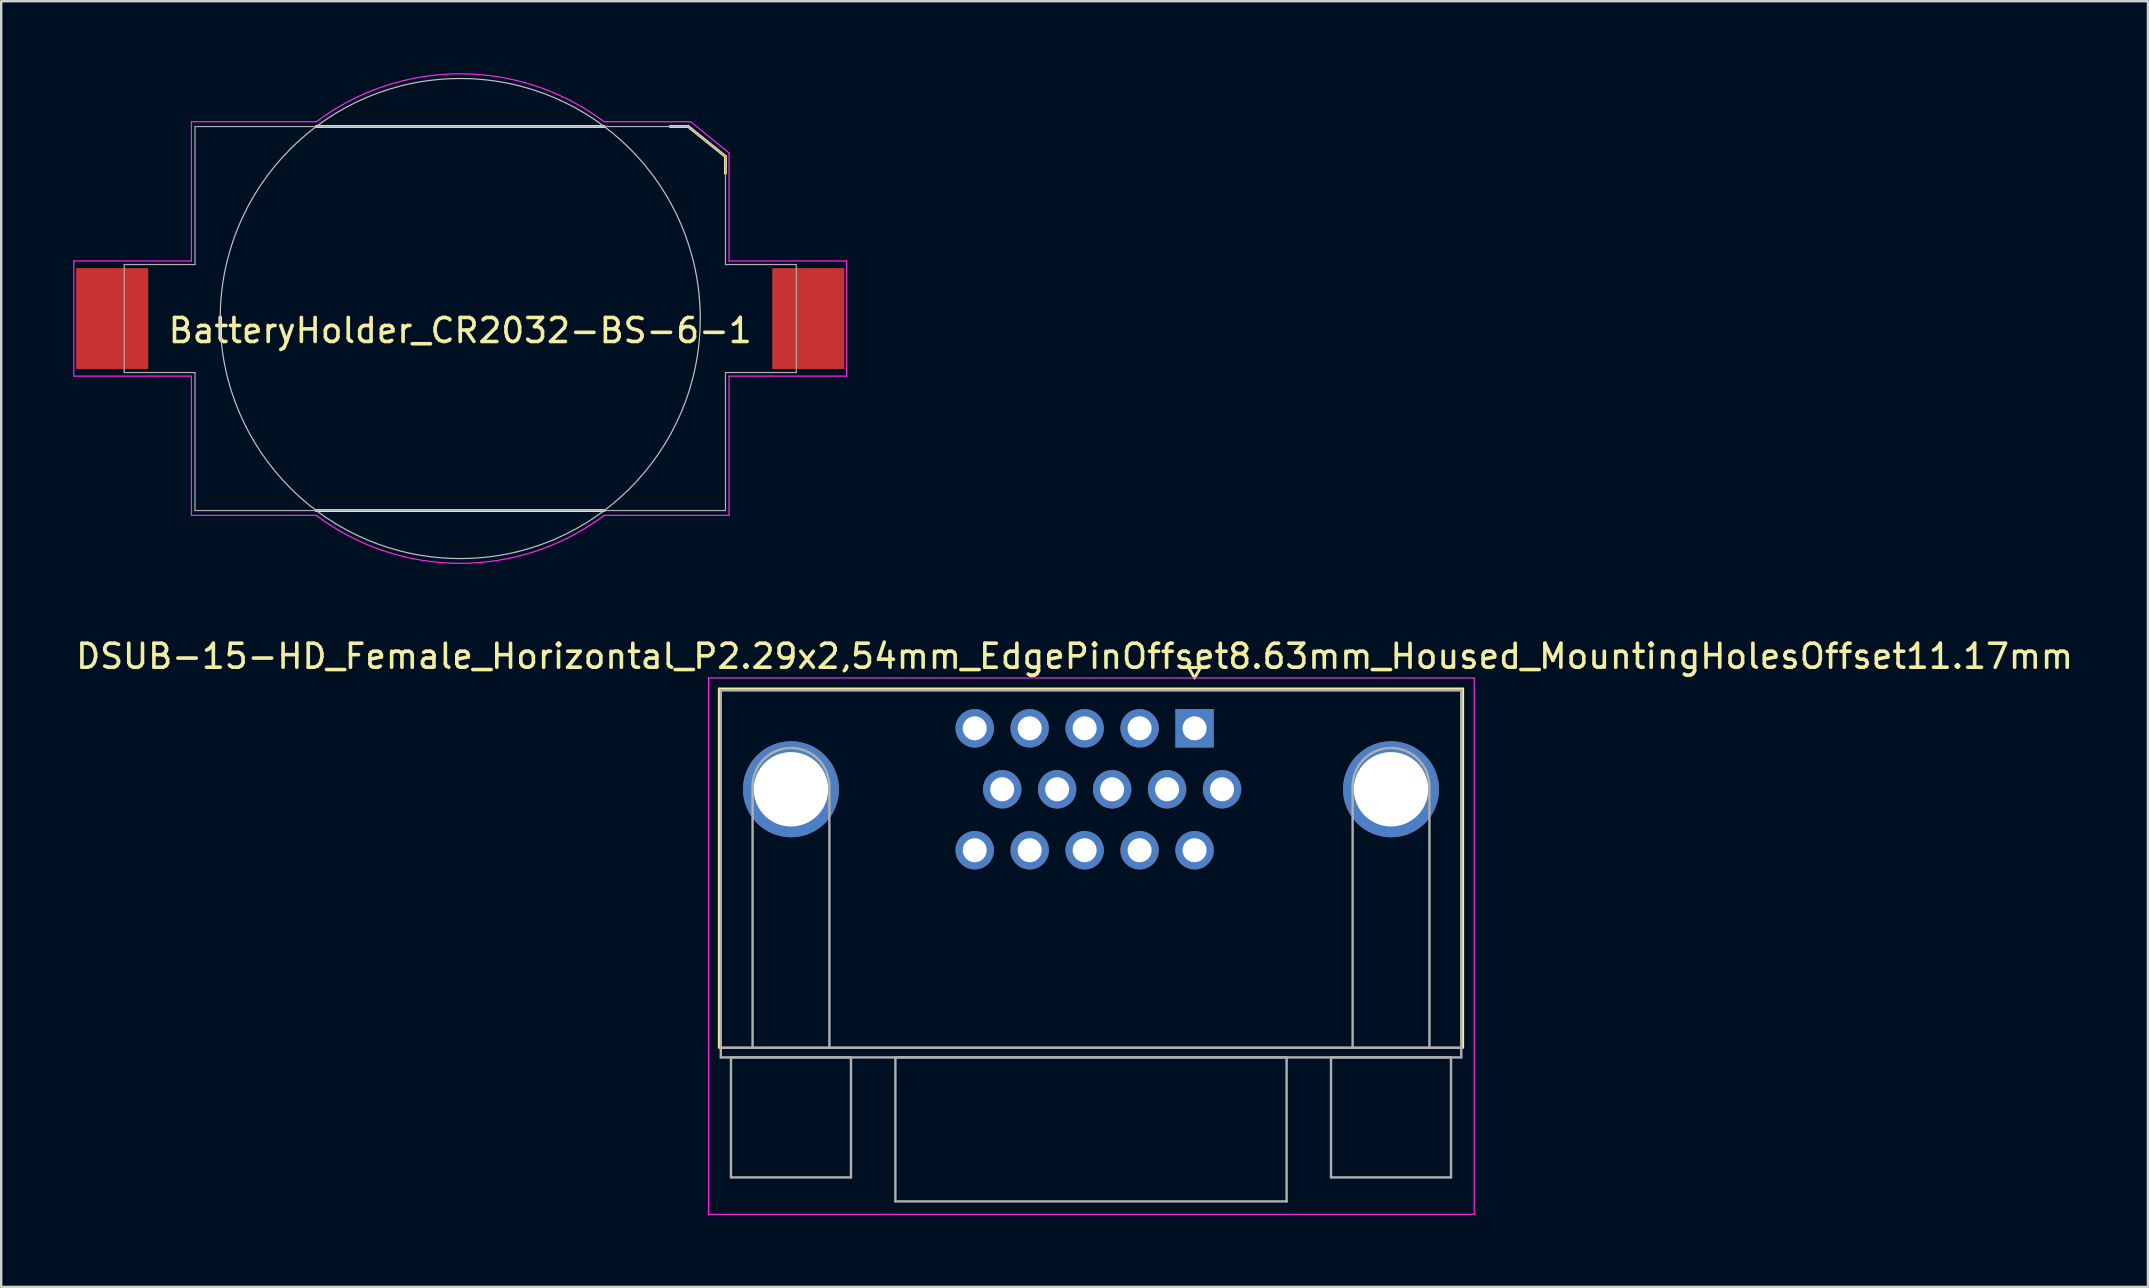
<source format=kicad_pcb>
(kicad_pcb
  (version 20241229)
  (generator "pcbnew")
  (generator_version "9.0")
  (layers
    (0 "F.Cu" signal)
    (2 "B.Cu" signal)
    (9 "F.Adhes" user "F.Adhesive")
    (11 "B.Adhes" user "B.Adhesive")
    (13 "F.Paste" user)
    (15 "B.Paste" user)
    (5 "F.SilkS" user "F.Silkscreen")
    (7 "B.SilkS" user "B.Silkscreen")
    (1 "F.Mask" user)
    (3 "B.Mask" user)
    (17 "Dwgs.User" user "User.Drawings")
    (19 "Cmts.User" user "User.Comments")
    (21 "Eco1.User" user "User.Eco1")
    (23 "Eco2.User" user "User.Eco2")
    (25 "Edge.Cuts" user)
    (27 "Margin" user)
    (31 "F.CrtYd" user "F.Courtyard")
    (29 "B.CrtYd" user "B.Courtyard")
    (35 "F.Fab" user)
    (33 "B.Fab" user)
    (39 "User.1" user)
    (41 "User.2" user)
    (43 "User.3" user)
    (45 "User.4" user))
  (footprint "BatteryHolder_CR2032-BS-6-1"
    (layer "F.Cu")
    (at 16.125 10.221)
    (property "Reference" "BatteryHolder_CR2032-BS-6-1" (at 0 0.5 0) (layer "F.SilkS") (effects (font (size 1 1) (thickness 0.15))))
    (attr smd)
    (fp_line (start -6 -8) (end 6 -8) (stroke (width 0.12) (type solid)) (layer "F.SilkS"))
    (fp_line (start -6 8) (end 6 8) (stroke (width 0.12) (type solid)) (layer "F.SilkS"))
    (fp_line (start 8.75 -8) (end 9.5 -8) (stroke (width 0.12) (type solid)) (layer "F.SilkS"))
    (fp_line (start 9.5 -8) (end 11.05 -6.75) (stroke (width 0.12) (type solid)) (layer "F.SilkS"))
    (fp_line (start 11.05 -6.75) (end 11.05 -6.05) (stroke (width 0.12) (type solid)) (layer "F.SilkS"))
    (fp_circle (center 0 0) (end 10 0) (stroke (width 0.05) (type solid)) (fill no) (layer "Dwgs.User"))
    (fp_line (start -16.1 -2.4) (end -16.1 2.4) (stroke (width 0.05) (type solid)) (layer "F.CrtYd"))
    (fp_line (start -16.1 2.4) (end -11.2 2.4) (stroke (width 0.05) (type solid)) (layer "F.CrtYd"))
    (fp_line (start -11.2 -8.196) (end -11.2 -2.4) (stroke (width 0.05) (type solid)) (layer "F.CrtYd"))
    (fp_line (start -11.2 -2.4) (end -16.1 -2.4) (stroke (width 0.05) (type solid)) (layer "F.CrtYd"))
    (fp_line (start -11.2 2.4) (end -11.2 8.2) (stroke (width 0.05) (type solid)) (layer "F.CrtYd"))
    (fp_line (start -11.2 8.2) (end -6 8.2) (stroke (width 0.05) (type solid)) (layer "F.CrtYd"))
    (fp_line (start -6 -8.2) (end -11.2 -8.2) (stroke (width 0.05) (type solid)) (layer "F.CrtYd"))
    (fp_line (start 6 -8.2) (end 9.6 -8.2) (stroke (width 0.05) (type solid)) (layer "F.CrtYd"))
    (fp_line (start 9.6 -8.2) (end 11.2 -6.9) (stroke (width 0.05) (type solid)) (layer "F.CrtYd"))
    (fp_line (start 11.2 -6.9) (end 11.2 -2.4) (stroke (width 0.05) (type solid)) (layer "F.CrtYd"))
    (fp_line (start 11.2 -2.4) (end 16.1 -2.4) (stroke (width 0.05) (type solid)) (layer "F.CrtYd"))
    (fp_line (start 11.2 2.4) (end 11.2 8.2) (stroke (width 0.05) (type solid)) (layer "F.CrtYd"))
    (fp_line (start 11.2 8.2) (end 6 8.2) (stroke (width 0.05) (type solid)) (layer "F.CrtYd"))
    (fp_line (start 16.1 -2.4) (end 16.1 2.4) (stroke (width 0.05) (type solid)) (layer "F.CrtYd"))
    (fp_line (start 16.1 2.4) (end 11.2 2.4) (stroke (width 0.05) (type solid)) (layer "F.CrtYd"))
    (fp_arc (start -5.994442 -8.2) (mid 0.003472 -10.195834) (end 5.999999 -8.195836) (stroke (width 0.05) (type solid)) (layer "F.CrtYd"))
    (fp_arc (start 5.994442 8.204164) (mid -0.003472 10.199998) (end -5.999999 8.2) (stroke (width 0.05) (type solid)) (layer "F.CrtYd"))
    (fp_line (start -14 2.25) (end -14 -2.25) (stroke (width 0.05) (type solid)) (layer "F.Fab"))
    (fp_line (start -11.05 -8) (end -11.05 -2.25) (stroke (width 0.05) (type solid)) (layer "F.Fab"))
    (fp_line (start -11.05 -8) (end 9.5 -8) (stroke (width 0.05) (type solid)) (layer "F.Fab"))
    (fp_line (start -11.05 -2.25) (end -14 -2.25) (stroke (width 0.05) (type solid)) (layer "F.Fab"))
    (fp_line (start -11.05 2.25) (end -14 2.25) (stroke (width 0.05) (type solid)) (layer "F.Fab"))
    (fp_line (start -11.05 8) (end -11.05 2.25) (stroke (width 0.05) (type solid)) (layer "F.Fab"))
    (fp_line (start 11.05 -6.75) (end 9.5 -8) (stroke (width 0.05) (type solid)) (layer "F.Fab"))
    (fp_line (start 11.05 -6.75) (end 11.05 -2.25) (stroke (width 0.05) (type solid)) (layer "F.Fab"))
    (fp_line (start 11.05 -2.25) (end 14 -2.25) (stroke (width 0.05) (type solid)) (layer "F.Fab"))
    (fp_line (start 11.05 2.25) (end 14 2.25) (stroke (width 0.05) (type solid)) (layer "F.Fab"))
    (fp_line (start 11.05 8) (end -11.05 8) (stroke (width 0.05) (type solid)) (layer "F.Fab"))
    (fp_line (start 11.05 8) (end 11.05 2.25) (stroke (width 0.05) (type solid)) (layer "F.Fab"))
    (fp_line (start 14 -2.25) (end 14 2.25) (stroke (width 0.05) (type solid)) (layer "F.Fab"))
    (pad "1" smd rect (at 14.5 0) (size 3 4.2) (layers "F.Cu" "F.Mask" "F.Paste"))
    (pad "2" smd rect (at -14.5 0 180) (size 3 4.2) (layers "F.Cu" "F.Mask" "F.Paste")))
  (footprint "DSUB-15-HD_Female_Horizontal_P2.29x2,54mm_EdgePinOffset8.63mm_Housed_MountingHolesOffset11.17mm"
    (layer "F.Cu")
    (at 46.72 27.294)
    (property "Reference" "DSUB-15-HD_Female_Horizontal_P2.29x2,54mm_EdgePinOffset8.63mm_Housed_MountingHolesOffset11.17mm" (at -5 -3 0) (layer "F.SilkS") (effects (font (size 1 1) (thickness 0.15))))
    (attr through_hole)
    (fp_line (start -19.8 -1.64) (end 11.17 -1.64) (stroke (width 0.12) (type solid)) (layer "F.SilkS"))
    (fp_line (start -19.8 13.3) (end -19.8 -1.64) (stroke (width 0.12) (type solid)) (layer "F.SilkS"))
    (fp_line (start -0.25 -2.534) (end 0.25 -2.534) (stroke (width 0.12) (type solid)) (layer "F.SilkS"))
    (fp_line (start 0 -2.101) (end -0.25 -2.534) (stroke (width 0.12) (type solid)) (layer "F.SilkS"))
    (fp_line (start 0.25 -2.534) (end 0 -2.101) (stroke (width 0.12) (type solid)) (layer "F.SilkS"))
    (fp_line (start 11.17 -1.64) (end 11.17 13.3) (stroke (width 0.12) (type solid)) (layer "F.SilkS"))
    (fp_line (start -20.25 -2.1) (end -20.25 20.25) (stroke (width 0.05) (type solid)) (layer "F.CrtYd"))
    (fp_line (start -20.25 20.25) (end 11.65 20.25) (stroke (width 0.05) (type solid)) (layer "F.CrtYd"))
    (fp_line (start 11.65 -2.1) (end -20.25 -2.1) (stroke (width 0.05) (type solid)) (layer "F.CrtYd"))
    (fp_line (start 11.65 20.25) (end 11.65 -2.1) (stroke (width 0.05) (type solid)) (layer "F.CrtYd"))
    (fp_line (start -19.74 -1.58) (end -19.74 13.31) (stroke (width 0.1) (type solid)) (layer "F.Fab"))
    (fp_line (start -19.74 13.31) (end -19.74 13.71) (stroke (width 0.1) (type solid)) (layer "F.Fab"))
    (fp_line (start -19.74 13.31) (end 11.11 13.31) (stroke (width 0.1) (type solid)) (layer "F.Fab"))
    (fp_line (start -19.74 13.71) (end 11.11 13.71) (stroke (width 0.1) (type solid)) (layer "F.Fab"))
    (fp_line (start -19.315 13.71) (end -19.315 18.71) (stroke (width 0.1) (type solid)) (layer "F.Fab"))
    (fp_line (start -19.315 18.71) (end -14.315 18.71) (stroke (width 0.1) (type solid)) (layer "F.Fab"))
    (fp_line (start -18.415 13.31) (end -18.415 2.42) (stroke (width 0.1) (type solid)) (layer "F.Fab"))
    (fp_line (start -15.215 13.31) (end -15.215 2.42) (stroke (width 0.1) (type solid)) (layer "F.Fab"))
    (fp_line (start -14.315 13.71) (end -19.315 13.71) (stroke (width 0.1) (type solid)) (layer "F.Fab"))
    (fp_line (start -14.315 18.71) (end -14.315 13.71) (stroke (width 0.1) (type solid)) (layer "F.Fab"))
    (fp_line (start -12.465 13.71) (end -12.465 19.71) (stroke (width 0.1) (type solid)) (layer "F.Fab"))
    (fp_line (start -12.465 19.71) (end 3.835 19.71) (stroke (width 0.1) (type solid)) (layer "F.Fab"))
    (fp_line (start 3.835 13.71) (end -12.465 13.71) (stroke (width 0.1) (type solid)) (layer "F.Fab"))
    (fp_line (start 3.835 19.71) (end 3.835 13.71) (stroke (width 0.1) (type solid)) (layer "F.Fab"))
    (fp_line (start 5.685 13.71) (end 5.685 18.71) (stroke (width 0.1) (type solid)) (layer "F.Fab"))
    (fp_line (start 5.685 18.71) (end 10.685 18.71) (stroke (width 0.1) (type solid)) (layer "F.Fab"))
    (fp_line (start 6.585 13.31) (end 6.585 2.42) (stroke (width 0.1) (type solid)) (layer "F.Fab"))
    (fp_line (start 9.785 13.31) (end 9.785 2.42) (stroke (width 0.1) (type solid)) (layer "F.Fab"))
    (fp_line (start 10.685 13.71) (end 5.685 13.71) (stroke (width 0.1) (type solid)) (layer "F.Fab"))
    (fp_line (start 10.685 18.71) (end 10.685 13.71) (stroke (width 0.1) (type solid)) (layer "F.Fab"))
    (fp_line (start 11.11 -1.58) (end -19.74 -1.58) (stroke (width 0.1) (type solid)) (layer "F.Fab"))
    (fp_line (start 11.11 13.31) (end -19.74 13.31) (stroke (width 0.1) (type solid)) (layer "F.Fab"))
    (fp_line (start 11.11 13.31) (end 11.11 -1.58) (stroke (width 0.1) (type solid)) (layer "F.Fab"))
    (fp_line (start 11.11 13.71) (end 11.11 13.31) (stroke (width 0.1) (type solid)) (layer "F.Fab"))
    (fp_arc (start -18.415 2.42) (mid -16.815 0.82) (end -15.215 2.42) (stroke (width 0.1) (type solid)) (layer "F.Fab"))
    (fp_arc (start 6.585 2.42) (mid 8.185 0.82) (end 9.785 2.42) (stroke (width 0.1) (type solid)) (layer "F.Fab"))
    (pad "0" thru_hole circle (at -16.815 2.54) (size 4 4) (drill 3.1) (layers "*.Cu" "*.Mask"))
    (pad "0" thru_hole circle (at 8.185 2.54) (size 4 4) (drill 3.1) (layers "*.Cu" "*.Mask"))
    (pad "1" thru_hole rect (at 0 0) (size 1.6 1.6) (drill 1) (layers "*.Cu" "*.Mask"))
    (pad "2" thru_hole circle (at -2.29 0) (size 1.6 1.6) (drill 1) (layers "*.Cu" "*.Mask"))
    (pad "3" thru_hole circle (at -4.58 0) (size 1.6 1.6) (drill 1) (layers "*.Cu" "*.Mask"))
    (pad "4" thru_hole circle (at -6.87 0) (size 1.6 1.6) (drill 1) (layers "*.Cu" "*.Mask"))
    (pad "5" thru_hole circle (at -9.16 0) (size 1.6 1.6) (drill 1) (layers "*.Cu" "*.Mask"))
    (pad "6" thru_hole circle (at 1.145 2.54) (size 1.6 1.6) (drill 1) (layers "*.Cu" "*.Mask"))
    (pad "7" thru_hole circle (at -1.145 2.54) (size 1.6 1.6) (drill 1) (layers "*.Cu" "*.Mask"))
    (pad "8" thru_hole circle (at -3.435 2.54) (size 1.6 1.6) (drill 1) (layers "*.Cu" "*.Mask"))
    (pad "9" thru_hole circle (at -5.725 2.54) (size 1.6 1.6) (drill 1) (layers "*.Cu" "*.Mask"))
    (pad "10" thru_hole circle (at -8.015 2.54) (size 1.6 1.6) (drill 1) (layers "*.Cu" "*.Mask"))
    (pad "11" thru_hole circle (at 0 5.08) (size 1.6 1.6) (drill 1) (layers "*.Cu" "*.Mask"))
    (pad "12" thru_hole circle (at -2.29 5.08) (size 1.6 1.6) (drill 1) (layers "*.Cu" "*.Mask"))
    (pad "13" thru_hole circle (at -4.58 5.08) (size 1.6 1.6) (drill 1) (layers "*.Cu" "*.Mask"))
    (pad "14" thru_hole circle (at -6.87 5.08) (size 1.6 1.6) (drill 1) (layers "*.Cu" "*.Mask"))
    (pad "15" thru_hole circle (at -9.16 5.08) (size 1.6 1.6) (drill 1) (layers "*.Cu" "*.Mask")))
  (gr_rect
    (start -3 -3)
    (end 86.44 50.569)
    (stroke (width 0.1) (type default))
    (fill no)
    (layer "Edge.Cuts")))
</source>
